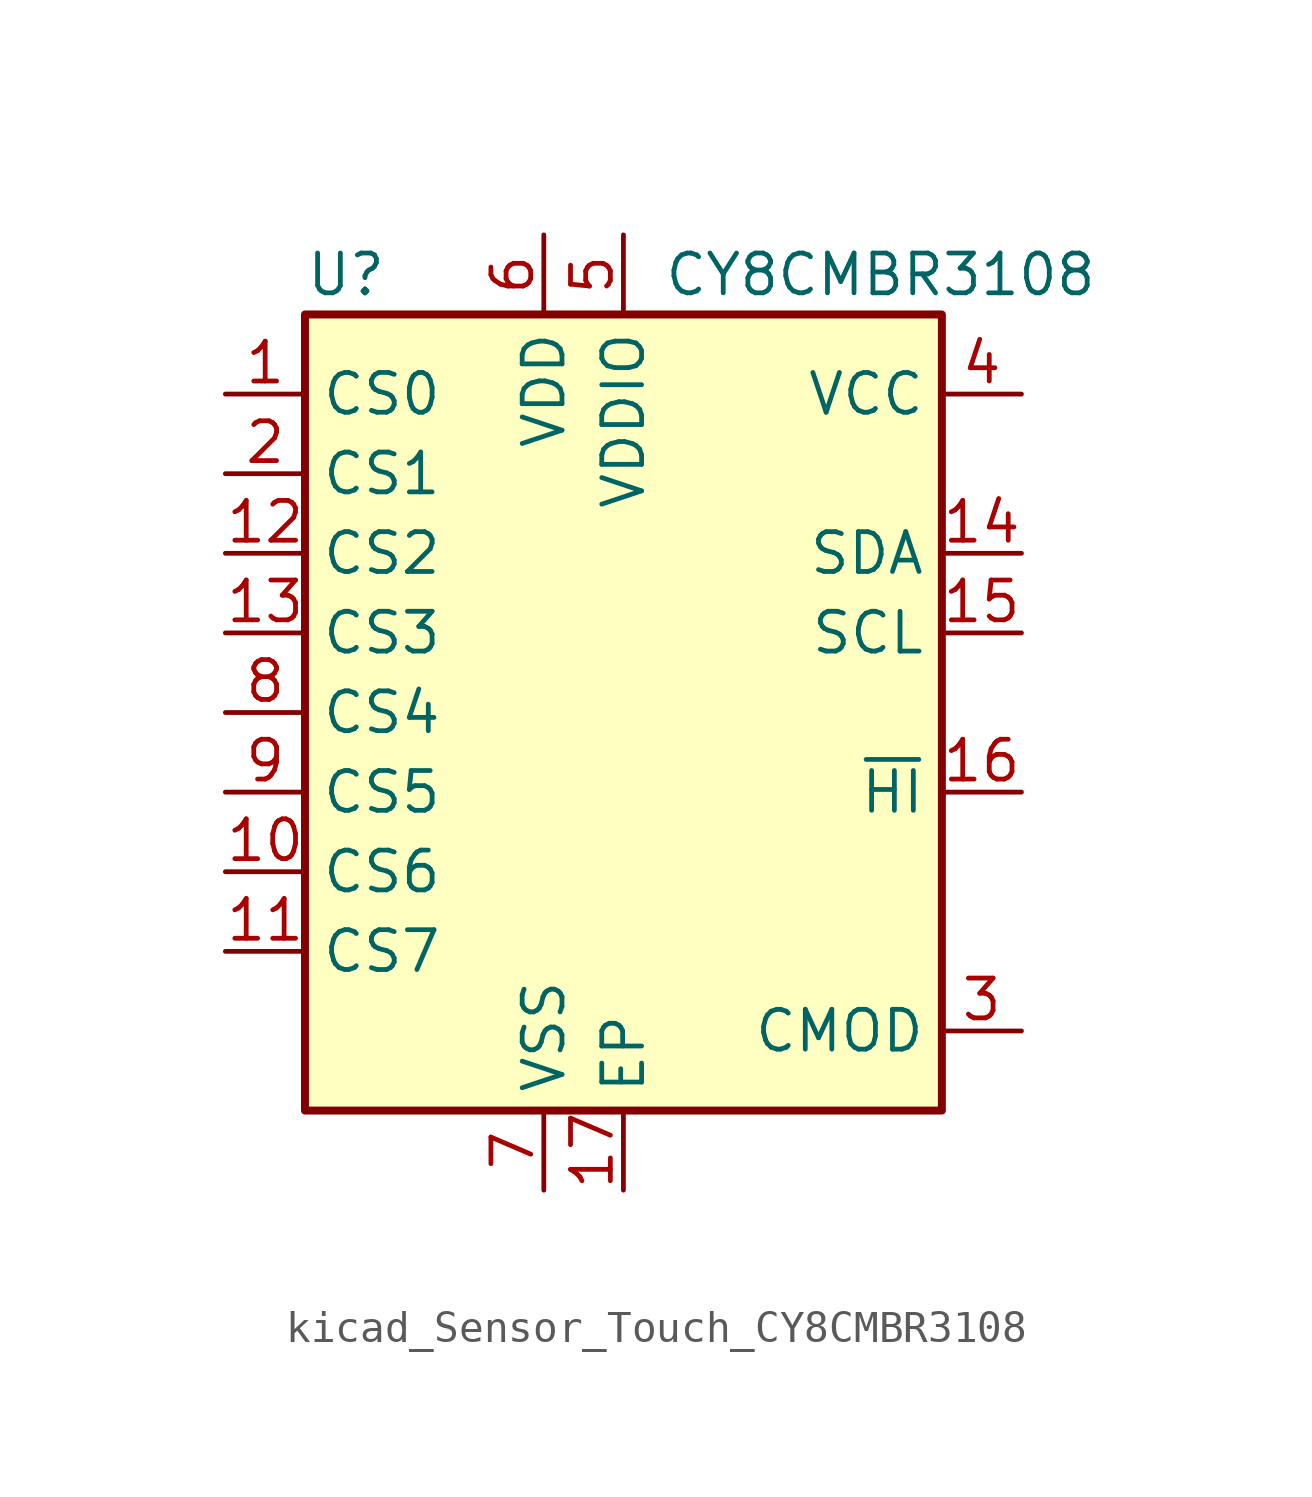
<source format=kicad_sym>
(kicad_symbol_lib
  (version 20220914)
  (generator kicad_symbol_editor)
  (symbol "kicad_Sensor_Touch_CY8CMBR3108"
    (property "Reference" "U"
      (at -10.16 13.97 0)
      (effects (font (size 1.27 1.27)) (justify left)))
    (property "Value" "CY8CMBR3108"
      (at 1.27 13.97 0)
      (effects (font (size 1.27 1.27)) (justify left)))
    (symbol "kicad_Sensor_Touch_CY8CMBR3108_0_1"
      (rectangle (start -10.16 12.7) (end 10.16 -12.7) (stroke (width 0.254) (type default)) (fill (type background))))
    (symbol "kicad_Sensor_Touch_CY8CMBR3108_1_1"
      (pin passive line (at -12.7 10.16 0) (length 2.54) (name "CS0" (effects (font (size 1.27 1.27)))) (number "1" (effects (font (size 1.27 1.27)))))
      (pin passive line (at -12.7 -5.08 0) (length 2.54) (name "CS6" (effects (font (size 1.27 1.27)))) (number "10" (effects (font (size 1.27 1.27)))))
      (pin passive line (at -12.7 -7.62 0) (length 2.54) (name "CS7" (effects (font (size 1.27 1.27)))) (number "11" (effects (font (size 1.27 1.27)))))
      (pin passive line (at -12.7 5.08 0) (length 2.54) (name "CS2" (effects (font (size 1.27 1.27)))) (number "12" (effects (font (size 1.27 1.27)))))
      (pin passive line (at -12.7 2.54 0) (length 2.54) (name "CS3" (effects (font (size 1.27 1.27)))) (number "13" (effects (font (size 1.27 1.27)))))
      (pin bidirectional line (at 12.7 5.08 180) (length 2.54) (name "SDA" (effects (font (size 1.27 1.27)))) (number "14" (effects (font (size 1.27 1.27)))))
      (pin input line (at 12.7 2.54 180) (length 2.54) (name "SCL" (effects (font (size 1.27 1.27)))) (number "15" (effects (font (size 1.27 1.27)))))
      (pin bidirectional line (at 12.7 -2.54 180) (length 2.54) (name "~{HI}" (effects (font (size 1.27 1.27)))) (number "16" (effects (font (size 1.27 1.27)))))
      (pin passive line (at 0 -15.24 90) (length 2.54) (name "EP" (effects (font (size 1.27 1.27)))) (number "17" (effects (font (size 1.27 1.27)))))
      (pin passive line (at -12.7 7.62 0) (length 2.54) (name "CS1" (effects (font (size 1.27 1.27)))) (number "2" (effects (font (size 1.27 1.27)))))
      (pin passive line (at 12.7 -10.16 180) (length 2.54) (name "CMOD" (effects (font (size 1.27 1.27)))) (number "3" (effects (font (size 1.27 1.27)))))
      (pin passive line (at 12.7 10.16 180) (length 2.54) (name "VCC" (effects (font (size 1.27 1.27)))) (number "4" (effects (font (size 1.27 1.27)))))
      (pin power_in line (at 0 15.24 270) (length 2.54) (name "VDDIO" (effects (font (size 1.27 1.27)))) (number "5" (effects (font (size 1.27 1.27)))))
      (pin power_in line (at -2.54 15.24 270) (length 2.54) (name "VDD" (effects (font (size 1.27 1.27)))) (number "6" (effects (font (size 1.27 1.27)))))
      (pin power_in line (at -2.54 -15.24 90) (length 2.54) (name "VSS" (effects (font (size 1.27 1.27)))) (number "7" (effects (font (size 1.27 1.27)))))
      (pin passive line (at -12.7 0 0) (length 2.54) (name "CS4" (effects (font (size 1.27 1.27)))) (number "8" (effects (font (size 1.27 1.27)))))
      (pin passive line (at -12.7 -2.54 0) (length 2.54) (name "CS5" (effects (font (size 1.27 1.27)))) (number "9" (effects (font (size 1.27 1.27))))))))
</source>
